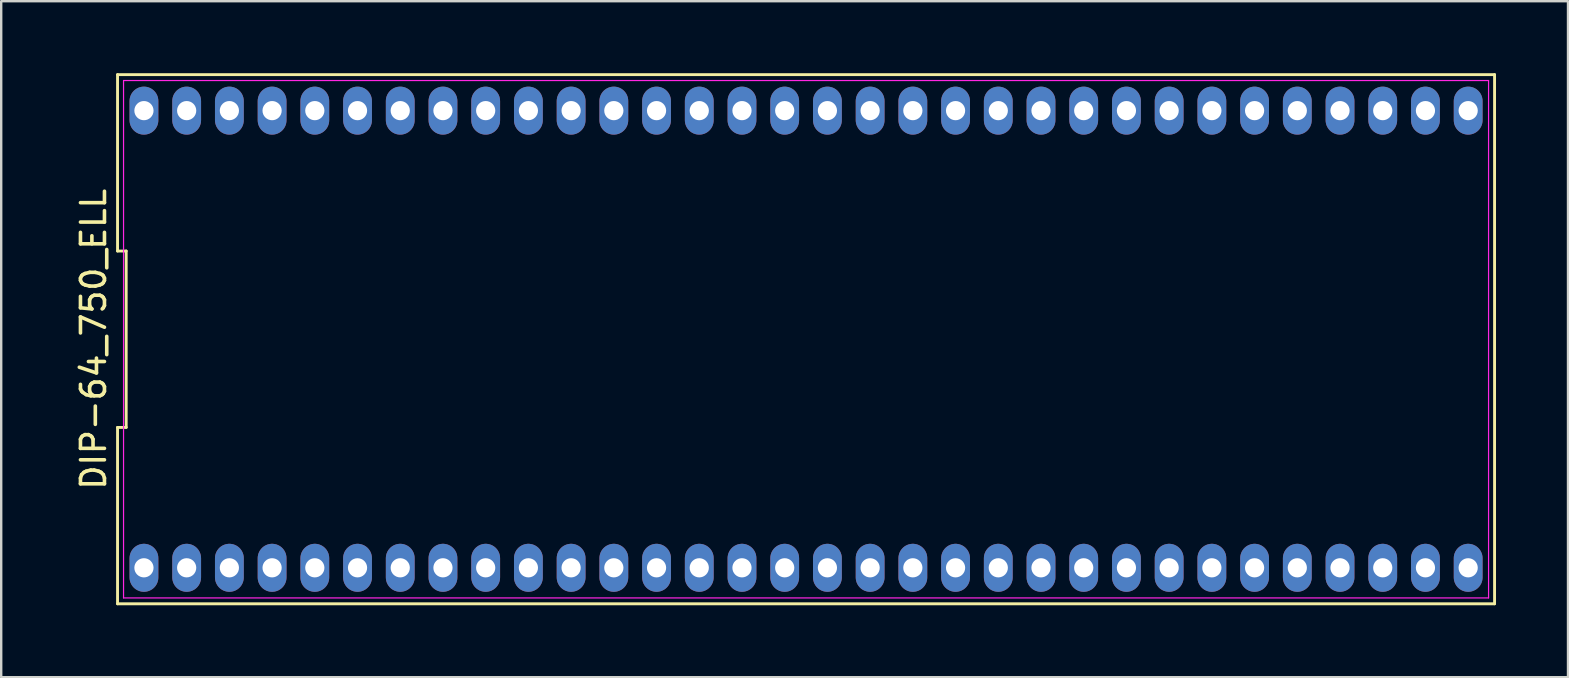
<source format=kicad_pcb>
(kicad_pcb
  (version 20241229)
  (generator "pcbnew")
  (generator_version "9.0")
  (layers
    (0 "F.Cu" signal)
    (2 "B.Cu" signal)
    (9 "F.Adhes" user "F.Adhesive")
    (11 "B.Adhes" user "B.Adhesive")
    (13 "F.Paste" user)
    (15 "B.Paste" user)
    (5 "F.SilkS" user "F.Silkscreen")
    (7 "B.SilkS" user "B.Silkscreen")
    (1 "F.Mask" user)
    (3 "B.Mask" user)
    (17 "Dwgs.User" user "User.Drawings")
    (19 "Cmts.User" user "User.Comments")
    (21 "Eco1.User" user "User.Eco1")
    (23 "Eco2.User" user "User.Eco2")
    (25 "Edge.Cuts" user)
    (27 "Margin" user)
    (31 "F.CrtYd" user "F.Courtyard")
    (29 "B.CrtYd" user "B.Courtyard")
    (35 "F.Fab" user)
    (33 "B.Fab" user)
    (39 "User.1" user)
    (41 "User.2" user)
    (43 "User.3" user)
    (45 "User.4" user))
  (footprint "DIP-64_750_ELL"
    (layer "F.Cu")
    (at 30.538 11.085)
    (property "Reference" "DIP-64_750_ELL" (at -29.69 0 90) (layer "F.SilkS") (effects (font (size 1 1) (thickness 0.15))))
    (attr through_hole)
    (fp_line (start -28.69 -11.025) (end -28.69 -3.675) (stroke (width 0.12) (type solid)) (layer "F.SilkS"))
    (fp_line (start -28.69 -3.675) (end -28.33 -3.675) (stroke (width 0.12) (type solid)) (layer "F.SilkS"))
    (fp_line (start -28.69 3.675) (end -28.69 11.025) (stroke (width 0.12) (type solid)) (layer "F.SilkS"))
    (fp_line (start -28.69 11.025) (end 28.69 11.025) (stroke (width 0.12) (type solid)) (layer "F.SilkS"))
    (fp_line (start -28.33 -3.675) (end -28.33 3.675) (stroke (width 0.12) (type solid)) (layer "F.SilkS"))
    (fp_line (start -28.33 3.675) (end -28.69 3.675) (stroke (width 0.12) (type solid)) (layer "F.SilkS"))
    (fp_line (start 28.69 -11.025) (end -28.69 -11.025) (stroke (width 0.12) (type solid)) (layer "F.SilkS"))
    (fp_line (start 28.69 11.025) (end 28.69 -11.025) (stroke (width 0.12) (type solid)) (layer "F.SilkS"))
    (fp_line (start -28.44 -10.78) (end 28.44 -10.78) (stroke (width 0.05) (type solid)) (layer "F.CrtYd"))
    (fp_line (start -28.44 10.78) (end -28.44 -10.78) (stroke (width 0.05) (type solid)) (layer "F.CrtYd"))
    (fp_line (start 28.44 -10.78) (end 28.44 10.78) (stroke (width 0.05) (type solid)) (layer "F.CrtYd"))
    (fp_line (start 28.44 10.78) (end -28.44 10.78) (stroke (width 0.05) (type solid)) (layer "F.CrtYd"))
    (pad "1" thru_hole oval (at -27.59 9.525) (size 1.2 2) (drill 0.8) (layers "*.Cu" "*.Mask"))
    (pad "2" thru_hole oval (at -25.81 9.525) (size 1.2 2) (drill 0.8) (layers "*.Cu" "*.Mask"))
    (pad "3" thru_hole oval (at -24.03 9.525) (size 1.2 2) (drill 0.8) (layers "*.Cu" "*.Mask"))
    (pad "4" thru_hole oval (at -22.25 9.525) (size 1.2 2) (drill 0.8) (layers "*.Cu" "*.Mask"))
    (pad "5" thru_hole oval (at -20.47 9.525) (size 1.2 2) (drill 0.8) (layers "*.Cu" "*.Mask"))
    (pad "6" thru_hole oval (at -18.69 9.525) (size 1.2 2) (drill 0.8) (layers "*.Cu" "*.Mask"))
    (pad "7" thru_hole oval (at -16.91 9.525) (size 1.2 2) (drill 0.8) (layers "*.Cu" "*.Mask"))
    (pad "8" thru_hole oval (at -15.13 9.525) (size 1.2 2) (drill 0.8) (layers "*.Cu" "*.Mask"))
    (pad "9" thru_hole oval (at -13.35 9.525) (size 1.2 2) (drill 0.8) (layers "*.Cu" "*.Mask"))
    (pad "10" thru_hole oval (at -11.57 9.525) (size 1.2 2) (drill 0.8) (layers "*.Cu" "*.Mask"))
    (pad "11" thru_hole oval (at -9.79 9.525) (size 1.2 2) (drill 0.8) (layers "*.Cu" "*.Mask"))
    (pad "12" thru_hole oval (at -8.01 9.525) (size 1.2 2) (drill 0.8) (layers "*.Cu" "*.Mask"))
    (pad "13" thru_hole oval (at -6.23 9.525) (size 1.2 2) (drill 0.8) (layers "*.Cu" "*.Mask"))
    (pad "14" thru_hole oval (at -4.45 9.525) (size 1.2 2) (drill 0.8) (layers "*.Cu" "*.Mask"))
    (pad "15" thru_hole oval (at -2.67 9.525) (size 1.2 2) (drill 0.8) (layers "*.Cu" "*.Mask"))
    (pad "16" thru_hole oval (at -0.89 9.525) (size 1.2 2) (drill 0.8) (layers "*.Cu" "*.Mask"))
    (pad "17" thru_hole oval (at 0.89 9.525) (size 1.2 2) (drill 0.8) (layers "*.Cu" "*.Mask"))
    (pad "18" thru_hole oval (at 2.67 9.525) (size 1.2 2) (drill 0.8) (layers "*.Cu" "*.Mask"))
    (pad "19" thru_hole oval (at 4.45 9.525) (size 1.2 2) (drill 0.8) (layers "*.Cu" "*.Mask"))
    (pad "20" thru_hole oval (at 6.23 9.525) (size 1.2 2) (drill 0.8) (layers "*.Cu" "*.Mask"))
    (pad "21" thru_hole oval (at 8.01 9.525) (size 1.2 2) (drill 0.8) (layers "*.Cu" "*.Mask"))
    (pad "22" thru_hole oval (at 9.79 9.525) (size 1.2 2) (drill 0.8) (layers "*.Cu" "*.Mask"))
    (pad "23" thru_hole oval (at 11.57 9.525) (size 1.2 2) (drill 0.8) (layers "*.Cu" "*.Mask"))
    (pad "24" thru_hole oval (at 13.35 9.525) (size 1.2 2) (drill 0.8) (layers "*.Cu" "*.Mask"))
    (pad "25" thru_hole oval (at 15.13 9.525) (size 1.2 2) (drill 0.8) (layers "*.Cu" "*.Mask"))
    (pad "26" thru_hole oval (at 16.91 9.525) (size 1.2 2) (drill 0.8) (layers "*.Cu" "*.Mask"))
    (pad "27" thru_hole oval (at 18.69 9.525) (size 1.2 2) (drill 0.8) (layers "*.Cu" "*.Mask"))
    (pad "28" thru_hole oval (at 20.47 9.525) (size 1.2 2) (drill 0.8) (layers "*.Cu" "*.Mask"))
    (pad "29" thru_hole oval (at 22.25 9.525) (size 1.2 2) (drill 0.8) (layers "*.Cu" "*.Mask"))
    (pad "30" thru_hole oval (at 24.03 9.525) (size 1.2 2) (drill 0.8) (layers "*.Cu" "*.Mask"))
    (pad "31" thru_hole oval (at 25.81 9.525) (size 1.2 2) (drill 0.8) (layers "*.Cu" "*.Mask"))
    (pad "32" thru_hole oval (at 27.59 9.525) (size 1.2 2) (drill 0.8) (layers "*.Cu" "*.Mask"))
    (pad "33" thru_hole oval (at 27.59 -9.525) (size 1.2 2) (drill 0.8) (layers "*.Cu" "*.Mask"))
    (pad "34" thru_hole oval (at 25.81 -9.525) (size 1.2 2) (drill 0.8) (layers "*.Cu" "*.Mask"))
    (pad "35" thru_hole oval (at 24.03 -9.525) (size 1.2 2) (drill 0.8) (layers "*.Cu" "*.Mask"))
    (pad "36" thru_hole oval (at 22.25 -9.525) (size 1.2 2) (drill 0.8) (layers "*.Cu" "*.Mask"))
    (pad "37" thru_hole oval (at 20.47 -9.525) (size 1.2 2) (drill 0.8) (layers "*.Cu" "*.Mask"))
    (pad "38" thru_hole oval (at 18.69 -9.525) (size 1.2 2) (drill 0.8) (layers "*.Cu" "*.Mask"))
    (pad "39" thru_hole oval (at 16.91 -9.525) (size 1.2 2) (drill 0.8) (layers "*.Cu" "*.Mask"))
    (pad "40" thru_hole oval (at 15.13 -9.525) (size 1.2 2) (drill 0.8) (layers "*.Cu" "*.Mask"))
    (pad "41" thru_hole oval (at 13.35 -9.525) (size 1.2 2) (drill 0.8) (layers "*.Cu" "*.Mask"))
    (pad "42" thru_hole oval (at 11.57 -9.525) (size 1.2 2) (drill 0.8) (layers "*.Cu" "*.Mask"))
    (pad "43" thru_hole oval (at 9.79 -9.525) (size 1.2 2) (drill 0.8) (layers "*.Cu" "*.Mask"))
    (pad "44" thru_hole oval (at 8.01 -9.525) (size 1.2 2) (drill 0.8) (layers "*.Cu" "*.Mask"))
    (pad "45" thru_hole oval (at 6.23 -9.525) (size 1.2 2) (drill 0.8) (layers "*.Cu" "*.Mask"))
    (pad "46" thru_hole oval (at 4.45 -9.525) (size 1.2 2) (drill 0.8) (layers "*.Cu" "*.Mask"))
    (pad "47" thru_hole oval (at 2.67 -9.525) (size 1.2 2) (drill 0.8) (layers "*.Cu" "*.Mask"))
    (pad "48" thru_hole oval (at 0.89 -9.525) (size 1.2 2) (drill 0.8) (layers "*.Cu" "*.Mask"))
    (pad "49" thru_hole oval (at -0.89 -9.525) (size 1.2 2) (drill 0.8) (layers "*.Cu" "*.Mask"))
    (pad "50" thru_hole oval (at -2.67 -9.525) (size 1.2 2) (drill 0.8) (layers "*.Cu" "*.Mask"))
    (pad "51" thru_hole oval (at -4.45 -9.525) (size 1.2 2) (drill 0.8) (layers "*.Cu" "*.Mask"))
    (pad "52" thru_hole oval (at -6.23 -9.525) (size 1.2 2) (drill 0.8) (layers "*.Cu" "*.Mask"))
    (pad "53" thru_hole oval (at -8.01 -9.525) (size 1.2 2) (drill 0.8) (layers "*.Cu" "*.Mask"))
    (pad "54" thru_hole oval (at -9.79 -9.525) (size 1.2 2) (drill 0.8) (layers "*.Cu" "*.Mask"))
    (pad "55" thru_hole oval (at -11.57 -9.525) (size 1.2 2) (drill 0.8) (layers "*.Cu" "*.Mask"))
    (pad "56" thru_hole oval (at -13.35 -9.525) (size 1.2 2) (drill 0.8) (layers "*.Cu" "*.Mask"))
    (pad "57" thru_hole oval (at -15.13 -9.525) (size 1.2 2) (drill 0.8) (layers "*.Cu" "*.Mask"))
    (pad "58" thru_hole oval (at -16.91 -9.525) (size 1.2 2) (drill 0.8) (layers "*.Cu" "*.Mask"))
    (pad "59" thru_hole oval (at -18.69 -9.525) (size 1.2 2) (drill 0.8) (layers "*.Cu" "*.Mask"))
    (pad "60" thru_hole oval (at -20.47 -9.525) (size 1.2 2) (drill 0.8) (layers "*.Cu" "*.Mask"))
    (pad "61" thru_hole oval (at -22.25 -9.525) (size 1.2 2) (drill 0.8) (layers "*.Cu" "*.Mask"))
    (pad "62" thru_hole oval (at -24.03 -9.525) (size 1.2 2) (drill 0.8) (layers "*.Cu" "*.Mask"))
    (pad "63" thru_hole oval (at -25.81 -9.525) (size 1.2 2) (drill 0.8) (layers "*.Cu" "*.Mask"))
    (pad "64" thru_hole oval (at -27.59 -9.525) (size 1.2 2) (drill 0.8) (layers "*.Cu" "*.Mask")))
  (gr_rect
    (start -3 -3)
    (end 62.288 25.17)
    (stroke (width 0.1) (type default))
    (fill no)
    (layer "Edge.Cuts")))
</source>
